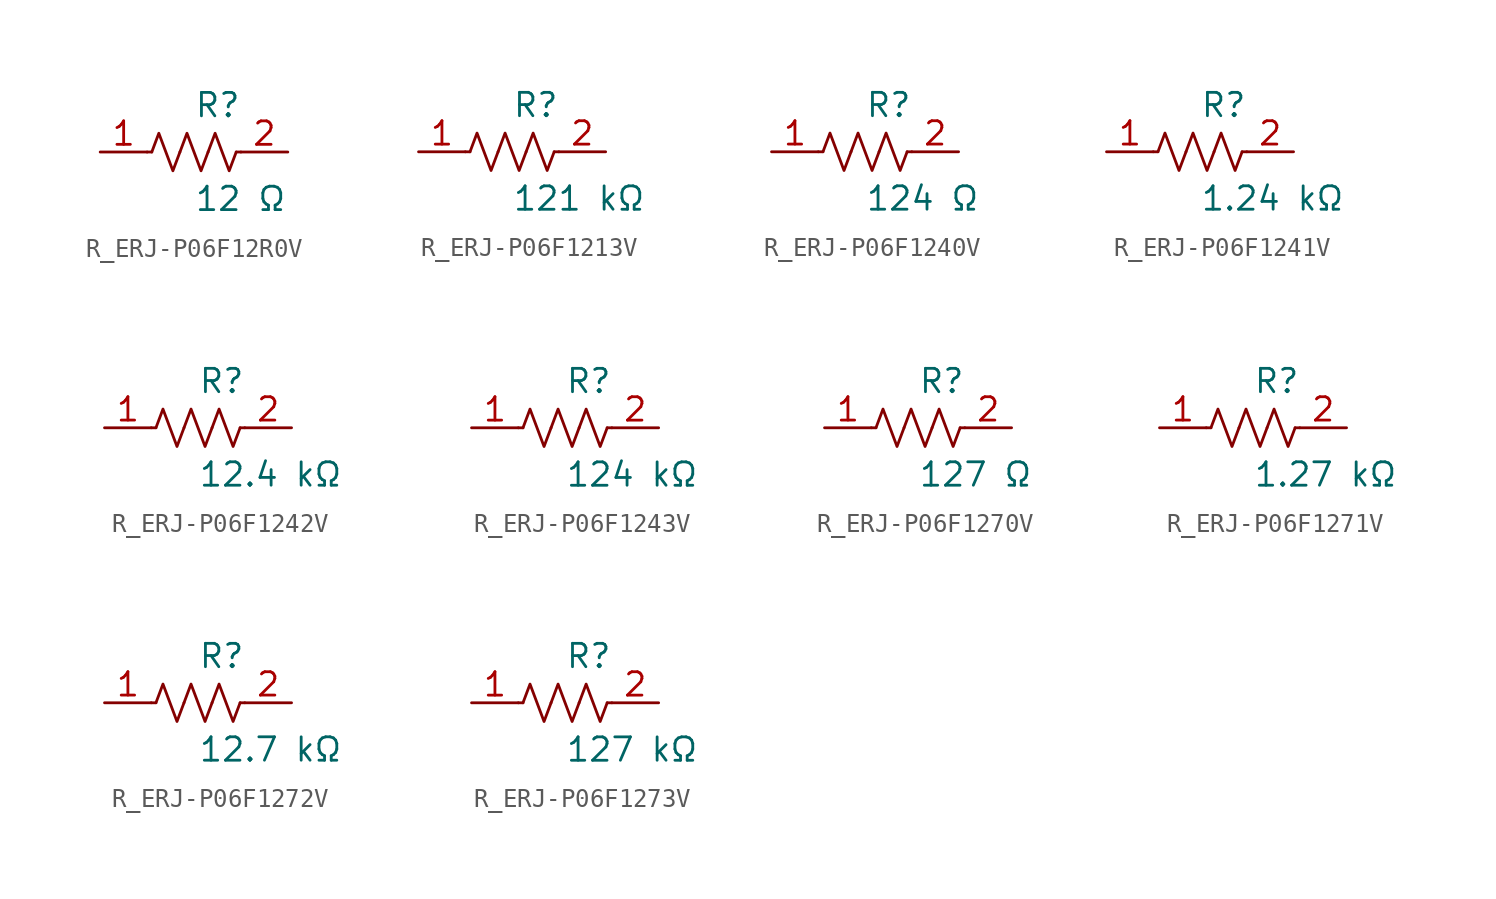
<source format=kicad_sym>
(kicad_symbol_lib
  (version 20231120)
  (generator kicad_symbol_editor)
  (generator_version 8.0)
  (symbol "R_ERJ-P06F12R0V"
    (pin_names
      (offset 0.254))
    (property "Reference" "R"
      (at 0 2.54 0)
      (effects (font (size 1.27 1.27)) (justify left)))
    (property "Value" "12 Ω"
      (at 0 -2.54 0)
      (effects (font (size 1.27 1.27)) (justify left)))
    (symbol "R_ERJ-P06F12R0V_0_1"
      (polyline (pts (xy 2.286 0) (xy 2.54 0)) (stroke (width 0) (type default)) (fill (type none)))
      (polyline (pts (xy -2.286 0) (xy -2.54 0)) (stroke (width 0) (type default)) (fill (type none)))
      (polyline (pts (xy 0.762 0) (xy 1.143 1.016) (xy 1.524 0) (xy 1.905 -1.016) (xy 2.286 0)) (stroke (width 0) (type default)) (fill (type none)))
      (polyline (pts (xy -0.762 0) (xy -0.381 1.016) (xy 0 0) (xy 0.381 -1.016) (xy 0.762 0)) (stroke (width 0) (type default)) (fill (type none)))
      (polyline (pts (xy -2.286 0) (xy -1.905 1.016) (xy -1.524 0) (xy -1.143 -1.016) (xy -0.762 0)) (stroke (width 0) (type default)) (fill (type none))))
    (pin passive line
      (at -5.08 0 0)
      (length 2.54)
      (name "" (effects (font (size 1.27 1.27))))
      (number "1" (effects (font (size 1.27 1.27)))))
    (pin passive line
      (at 5.08 0 180)
      (length 2.54)
      (name "" (effects (font (size 1.27 1.27))))
      (number "2" (effects (font (size 1.27 1.27))))))
  (symbol "R_ERJ-P06F1213V"
    (pin_names
      (offset 0.254))
    (property "Reference" "R"
      (at 0 2.54 0)
      (effects (font (size 1.27 1.27)) (justify left)))
    (property "Value" "121 kΩ"
      (at 0 -2.54 0)
      (effects (font (size 1.27 1.27)) (justify left)))
    (symbol "R_ERJ-P06F1213V_0_1"
      (polyline (pts (xy 2.286 0) (xy 2.54 0)) (stroke (width 0) (type default)) (fill (type none)))
      (polyline (pts (xy -2.286 0) (xy -2.54 0)) (stroke (width 0) (type default)) (fill (type none)))
      (polyline (pts (xy 0.762 0) (xy 1.143 1.016) (xy 1.524 0) (xy 1.905 -1.016) (xy 2.286 0)) (stroke (width 0) (type default)) (fill (type none)))
      (polyline (pts (xy -0.762 0) (xy -0.381 1.016) (xy 0 0) (xy 0.381 -1.016) (xy 0.762 0)) (stroke (width 0) (type default)) (fill (type none)))
      (polyline (pts (xy -2.286 0) (xy -1.905 1.016) (xy -1.524 0) (xy -1.143 -1.016) (xy -0.762 0)) (stroke (width 0) (type default)) (fill (type none))))
    (pin passive line
      (at -5.08 0 0)
      (length 2.54)
      (name "" (effects (font (size 1.27 1.27))))
      (number "1" (effects (font (size 1.27 1.27)))))
    (pin passive line
      (at 5.08 0 180)
      (length 2.54)
      (name "" (effects (font (size 1.27 1.27))))
      (number "2" (effects (font (size 1.27 1.27))))))
  (symbol "R_ERJ-P06F1240V"
    (pin_names
      (offset 0.254))
    (property "Reference" "R"
      (at 0 2.54 0)
      (effects (font (size 1.27 1.27)) (justify left)))
    (property "Value" "124 Ω"
      (at 0 -2.54 0)
      (effects (font (size 1.27 1.27)) (justify left)))
    (symbol "R_ERJ-P06F1240V_0_1"
      (polyline (pts (xy 2.286 0) (xy 2.54 0)) (stroke (width 0) (type default)) (fill (type none)))
      (polyline (pts (xy -2.286 0) (xy -2.54 0)) (stroke (width 0) (type default)) (fill (type none)))
      (polyline (pts (xy 0.762 0) (xy 1.143 1.016) (xy 1.524 0) (xy 1.905 -1.016) (xy 2.286 0)) (stroke (width 0) (type default)) (fill (type none)))
      (polyline (pts (xy -0.762 0) (xy -0.381 1.016) (xy 0 0) (xy 0.381 -1.016) (xy 0.762 0)) (stroke (width 0) (type default)) (fill (type none)))
      (polyline (pts (xy -2.286 0) (xy -1.905 1.016) (xy -1.524 0) (xy -1.143 -1.016) (xy -0.762 0)) (stroke (width 0) (type default)) (fill (type none))))
    (pin passive line
      (at -5.08 0 0)
      (length 2.54)
      (name "" (effects (font (size 1.27 1.27))))
      (number "1" (effects (font (size 1.27 1.27)))))
    (pin passive line
      (at 5.08 0 180)
      (length 2.54)
      (name "" (effects (font (size 1.27 1.27))))
      (number "2" (effects (font (size 1.27 1.27))))))
  (symbol "R_ERJ-P06F1241V"
    (pin_names
      (offset 0.254))
    (property "Reference" "R"
      (at 0 2.54 0)
      (effects (font (size 1.27 1.27)) (justify left)))
    (property "Value" "1.24 kΩ"
      (at 0 -2.54 0)
      (effects (font (size 1.27 1.27)) (justify left)))
    (symbol "R_ERJ-P06F1241V_0_1"
      (polyline (pts (xy 2.286 0) (xy 2.54 0)) (stroke (width 0) (type default)) (fill (type none)))
      (polyline (pts (xy -2.286 0) (xy -2.54 0)) (stroke (width 0) (type default)) (fill (type none)))
      (polyline (pts (xy 0.762 0) (xy 1.143 1.016) (xy 1.524 0) (xy 1.905 -1.016) (xy 2.286 0)) (stroke (width 0) (type default)) (fill (type none)))
      (polyline (pts (xy -0.762 0) (xy -0.381 1.016) (xy 0 0) (xy 0.381 -1.016) (xy 0.762 0)) (stroke (width 0) (type default)) (fill (type none)))
      (polyline (pts (xy -2.286 0) (xy -1.905 1.016) (xy -1.524 0) (xy -1.143 -1.016) (xy -0.762 0)) (stroke (width 0) (type default)) (fill (type none))))
    (pin passive line
      (at -5.08 0 0)
      (length 2.54)
      (name "" (effects (font (size 1.27 1.27))))
      (number "1" (effects (font (size 1.27 1.27)))))
    (pin passive line
      (at 5.08 0 180)
      (length 2.54)
      (name "" (effects (font (size 1.27 1.27))))
      (number "2" (effects (font (size 1.27 1.27))))))
  (symbol "R_ERJ-P06F1242V"
    (pin_names
      (offset 0.254))
    (property "Reference" "R"
      (at 0 2.54 0)
      (effects (font (size 1.27 1.27)) (justify left)))
    (property "Value" "12.4 kΩ"
      (at 0 -2.54 0)
      (effects (font (size 1.27 1.27)) (justify left)))
    (symbol "R_ERJ-P06F1242V_0_1"
      (polyline (pts (xy 2.286 0) (xy 2.54 0)) (stroke (width 0) (type default)) (fill (type none)))
      (polyline (pts (xy -2.286 0) (xy -2.54 0)) (stroke (width 0) (type default)) (fill (type none)))
      (polyline (pts (xy 0.762 0) (xy 1.143 1.016) (xy 1.524 0) (xy 1.905 -1.016) (xy 2.286 0)) (stroke (width 0) (type default)) (fill (type none)))
      (polyline (pts (xy -0.762 0) (xy -0.381 1.016) (xy 0 0) (xy 0.381 -1.016) (xy 0.762 0)) (stroke (width 0) (type default)) (fill (type none)))
      (polyline (pts (xy -2.286 0) (xy -1.905 1.016) (xy -1.524 0) (xy -1.143 -1.016) (xy -0.762 0)) (stroke (width 0) (type default)) (fill (type none))))
    (pin passive line
      (at -5.08 0 0)
      (length 2.54)
      (name "" (effects (font (size 1.27 1.27))))
      (number "1" (effects (font (size 1.27 1.27)))))
    (pin passive line
      (at 5.08 0 180)
      (length 2.54)
      (name "" (effects (font (size 1.27 1.27))))
      (number "2" (effects (font (size 1.27 1.27))))))
  (symbol "R_ERJ-P06F1243V"
    (pin_names
      (offset 0.254))
    (property "Reference" "R"
      (at 0 2.54 0)
      (effects (font (size 1.27 1.27)) (justify left)))
    (property "Value" "124 kΩ"
      (at 0 -2.54 0)
      (effects (font (size 1.27 1.27)) (justify left)))
    (symbol "R_ERJ-P06F1243V_0_1"
      (polyline (pts (xy 2.286 0) (xy 2.54 0)) (stroke (width 0) (type default)) (fill (type none)))
      (polyline (pts (xy -2.286 0) (xy -2.54 0)) (stroke (width 0) (type default)) (fill (type none)))
      (polyline (pts (xy 0.762 0) (xy 1.143 1.016) (xy 1.524 0) (xy 1.905 -1.016) (xy 2.286 0)) (stroke (width 0) (type default)) (fill (type none)))
      (polyline (pts (xy -0.762 0) (xy -0.381 1.016) (xy 0 0) (xy 0.381 -1.016) (xy 0.762 0)) (stroke (width 0) (type default)) (fill (type none)))
      (polyline (pts (xy -2.286 0) (xy -1.905 1.016) (xy -1.524 0) (xy -1.143 -1.016) (xy -0.762 0)) (stroke (width 0) (type default)) (fill (type none))))
    (pin passive line
      (at -5.08 0 0)
      (length 2.54)
      (name "" (effects (font (size 1.27 1.27))))
      (number "1" (effects (font (size 1.27 1.27)))))
    (pin passive line
      (at 5.08 0 180)
      (length 2.54)
      (name "" (effects (font (size 1.27 1.27))))
      (number "2" (effects (font (size 1.27 1.27))))))
  (symbol "R_ERJ-P06F1270V"
    (pin_names
      (offset 0.254))
    (property "Reference" "R"
      (at 0 2.54 0)
      (effects (font (size 1.27 1.27)) (justify left)))
    (property "Value" "127 Ω"
      (at 0 -2.54 0)
      (effects (font (size 1.27 1.27)) (justify left)))
    (symbol "R_ERJ-P06F1270V_0_1"
      (polyline (pts (xy 2.286 0) (xy 2.54 0)) (stroke (width 0) (type default)) (fill (type none)))
      (polyline (pts (xy -2.286 0) (xy -2.54 0)) (stroke (width 0) (type default)) (fill (type none)))
      (polyline (pts (xy 0.762 0) (xy 1.143 1.016) (xy 1.524 0) (xy 1.905 -1.016) (xy 2.286 0)) (stroke (width 0) (type default)) (fill (type none)))
      (polyline (pts (xy -0.762 0) (xy -0.381 1.016) (xy 0 0) (xy 0.381 -1.016) (xy 0.762 0)) (stroke (width 0) (type default)) (fill (type none)))
      (polyline (pts (xy -2.286 0) (xy -1.905 1.016) (xy -1.524 0) (xy -1.143 -1.016) (xy -0.762 0)) (stroke (width 0) (type default)) (fill (type none))))
    (pin passive line
      (at -5.08 0 0)
      (length 2.54)
      (name "" (effects (font (size 1.27 1.27))))
      (number "1" (effects (font (size 1.27 1.27)))))
    (pin passive line
      (at 5.08 0 180)
      (length 2.54)
      (name "" (effects (font (size 1.27 1.27))))
      (number "2" (effects (font (size 1.27 1.27))))))
  (symbol "R_ERJ-P06F1271V"
    (pin_names
      (offset 0.254))
    (property "Reference" "R"
      (at 0 2.54 0)
      (effects (font (size 1.27 1.27)) (justify left)))
    (property "Value" "1.27 kΩ"
      (at 0 -2.54 0)
      (effects (font (size 1.27 1.27)) (justify left)))
    (symbol "R_ERJ-P06F1271V_0_1"
      (polyline (pts (xy 2.286 0) (xy 2.54 0)) (stroke (width 0) (type default)) (fill (type none)))
      (polyline (pts (xy -2.286 0) (xy -2.54 0)) (stroke (width 0) (type default)) (fill (type none)))
      (polyline (pts (xy 0.762 0) (xy 1.143 1.016) (xy 1.524 0) (xy 1.905 -1.016) (xy 2.286 0)) (stroke (width 0) (type default)) (fill (type none)))
      (polyline (pts (xy -0.762 0) (xy -0.381 1.016) (xy 0 0) (xy 0.381 -1.016) (xy 0.762 0)) (stroke (width 0) (type default)) (fill (type none)))
      (polyline (pts (xy -2.286 0) (xy -1.905 1.016) (xy -1.524 0) (xy -1.143 -1.016) (xy -0.762 0)) (stroke (width 0) (type default)) (fill (type none))))
    (pin passive line
      (at -5.08 0 0)
      (length 2.54)
      (name "" (effects (font (size 1.27 1.27))))
      (number "1" (effects (font (size 1.27 1.27)))))
    (pin passive line
      (at 5.08 0 180)
      (length 2.54)
      (name "" (effects (font (size 1.27 1.27))))
      (number "2" (effects (font (size 1.27 1.27))))))
  (symbol "R_ERJ-P06F1272V"
    (pin_names
      (offset 0.254))
    (property "Reference" "R"
      (at 0 2.54 0)
      (effects (font (size 1.27 1.27)) (justify left)))
    (property "Value" "12.7 kΩ"
      (at 0 -2.54 0)
      (effects (font (size 1.27 1.27)) (justify left)))
    (symbol "R_ERJ-P06F1272V_0_1"
      (polyline (pts (xy 2.286 0) (xy 2.54 0)) (stroke (width 0) (type default)) (fill (type none)))
      (polyline (pts (xy -2.286 0) (xy -2.54 0)) (stroke (width 0) (type default)) (fill (type none)))
      (polyline (pts (xy 0.762 0) (xy 1.143 1.016) (xy 1.524 0) (xy 1.905 -1.016) (xy 2.286 0)) (stroke (width 0) (type default)) (fill (type none)))
      (polyline (pts (xy -0.762 0) (xy -0.381 1.016) (xy 0 0) (xy 0.381 -1.016) (xy 0.762 0)) (stroke (width 0) (type default)) (fill (type none)))
      (polyline (pts (xy -2.286 0) (xy -1.905 1.016) (xy -1.524 0) (xy -1.143 -1.016) (xy -0.762 0)) (stroke (width 0) (type default)) (fill (type none))))
    (pin passive line
      (at -5.08 0 0)
      (length 2.54)
      (name "" (effects (font (size 1.27 1.27))))
      (number "1" (effects (font (size 1.27 1.27)))))
    (pin passive line
      (at 5.08 0 180)
      (length 2.54)
      (name "" (effects (font (size 1.27 1.27))))
      (number "2" (effects (font (size 1.27 1.27))))))
  (symbol "R_ERJ-P06F1273V"
    (pin_names
      (offset 0.254))
    (property "Reference" "R"
      (at 0 2.54 0)
      (effects (font (size 1.27 1.27)) (justify left)))
    (property "Value" "127 kΩ"
      (at 0 -2.54 0)
      (effects (font (size 1.27 1.27)) (justify left)))
    (symbol "R_ERJ-P06F1273V_0_1"
      (polyline (pts (xy 2.286 0) (xy 2.54 0)) (stroke (width 0) (type default)) (fill (type none)))
      (polyline (pts (xy -2.286 0) (xy -2.54 0)) (stroke (width 0) (type default)) (fill (type none)))
      (polyline (pts (xy 0.762 0) (xy 1.143 1.016) (xy 1.524 0) (xy 1.905 -1.016) (xy 2.286 0)) (stroke (width 0) (type default)) (fill (type none)))
      (polyline (pts (xy -0.762 0) (xy -0.381 1.016) (xy 0 0) (xy 0.381 -1.016) (xy 0.762 0)) (stroke (width 0) (type default)) (fill (type none)))
      (polyline (pts (xy -2.286 0) (xy -1.905 1.016) (xy -1.524 0) (xy -1.143 -1.016) (xy -0.762 0)) (stroke (width 0) (type default)) (fill (type none))))
    (pin passive line
      (at -5.08 0 0)
      (length 2.54)
      (name "" (effects (font (size 1.27 1.27))))
      (number "1" (effects (font (size 1.27 1.27)))))
    (pin passive line
      (at 5.08 0 180)
      (length 2.54)
      (name "" (effects (font (size 1.27 1.27))))
      (number "2" (effects (font (size 1.27 1.27)))))))
</source>
